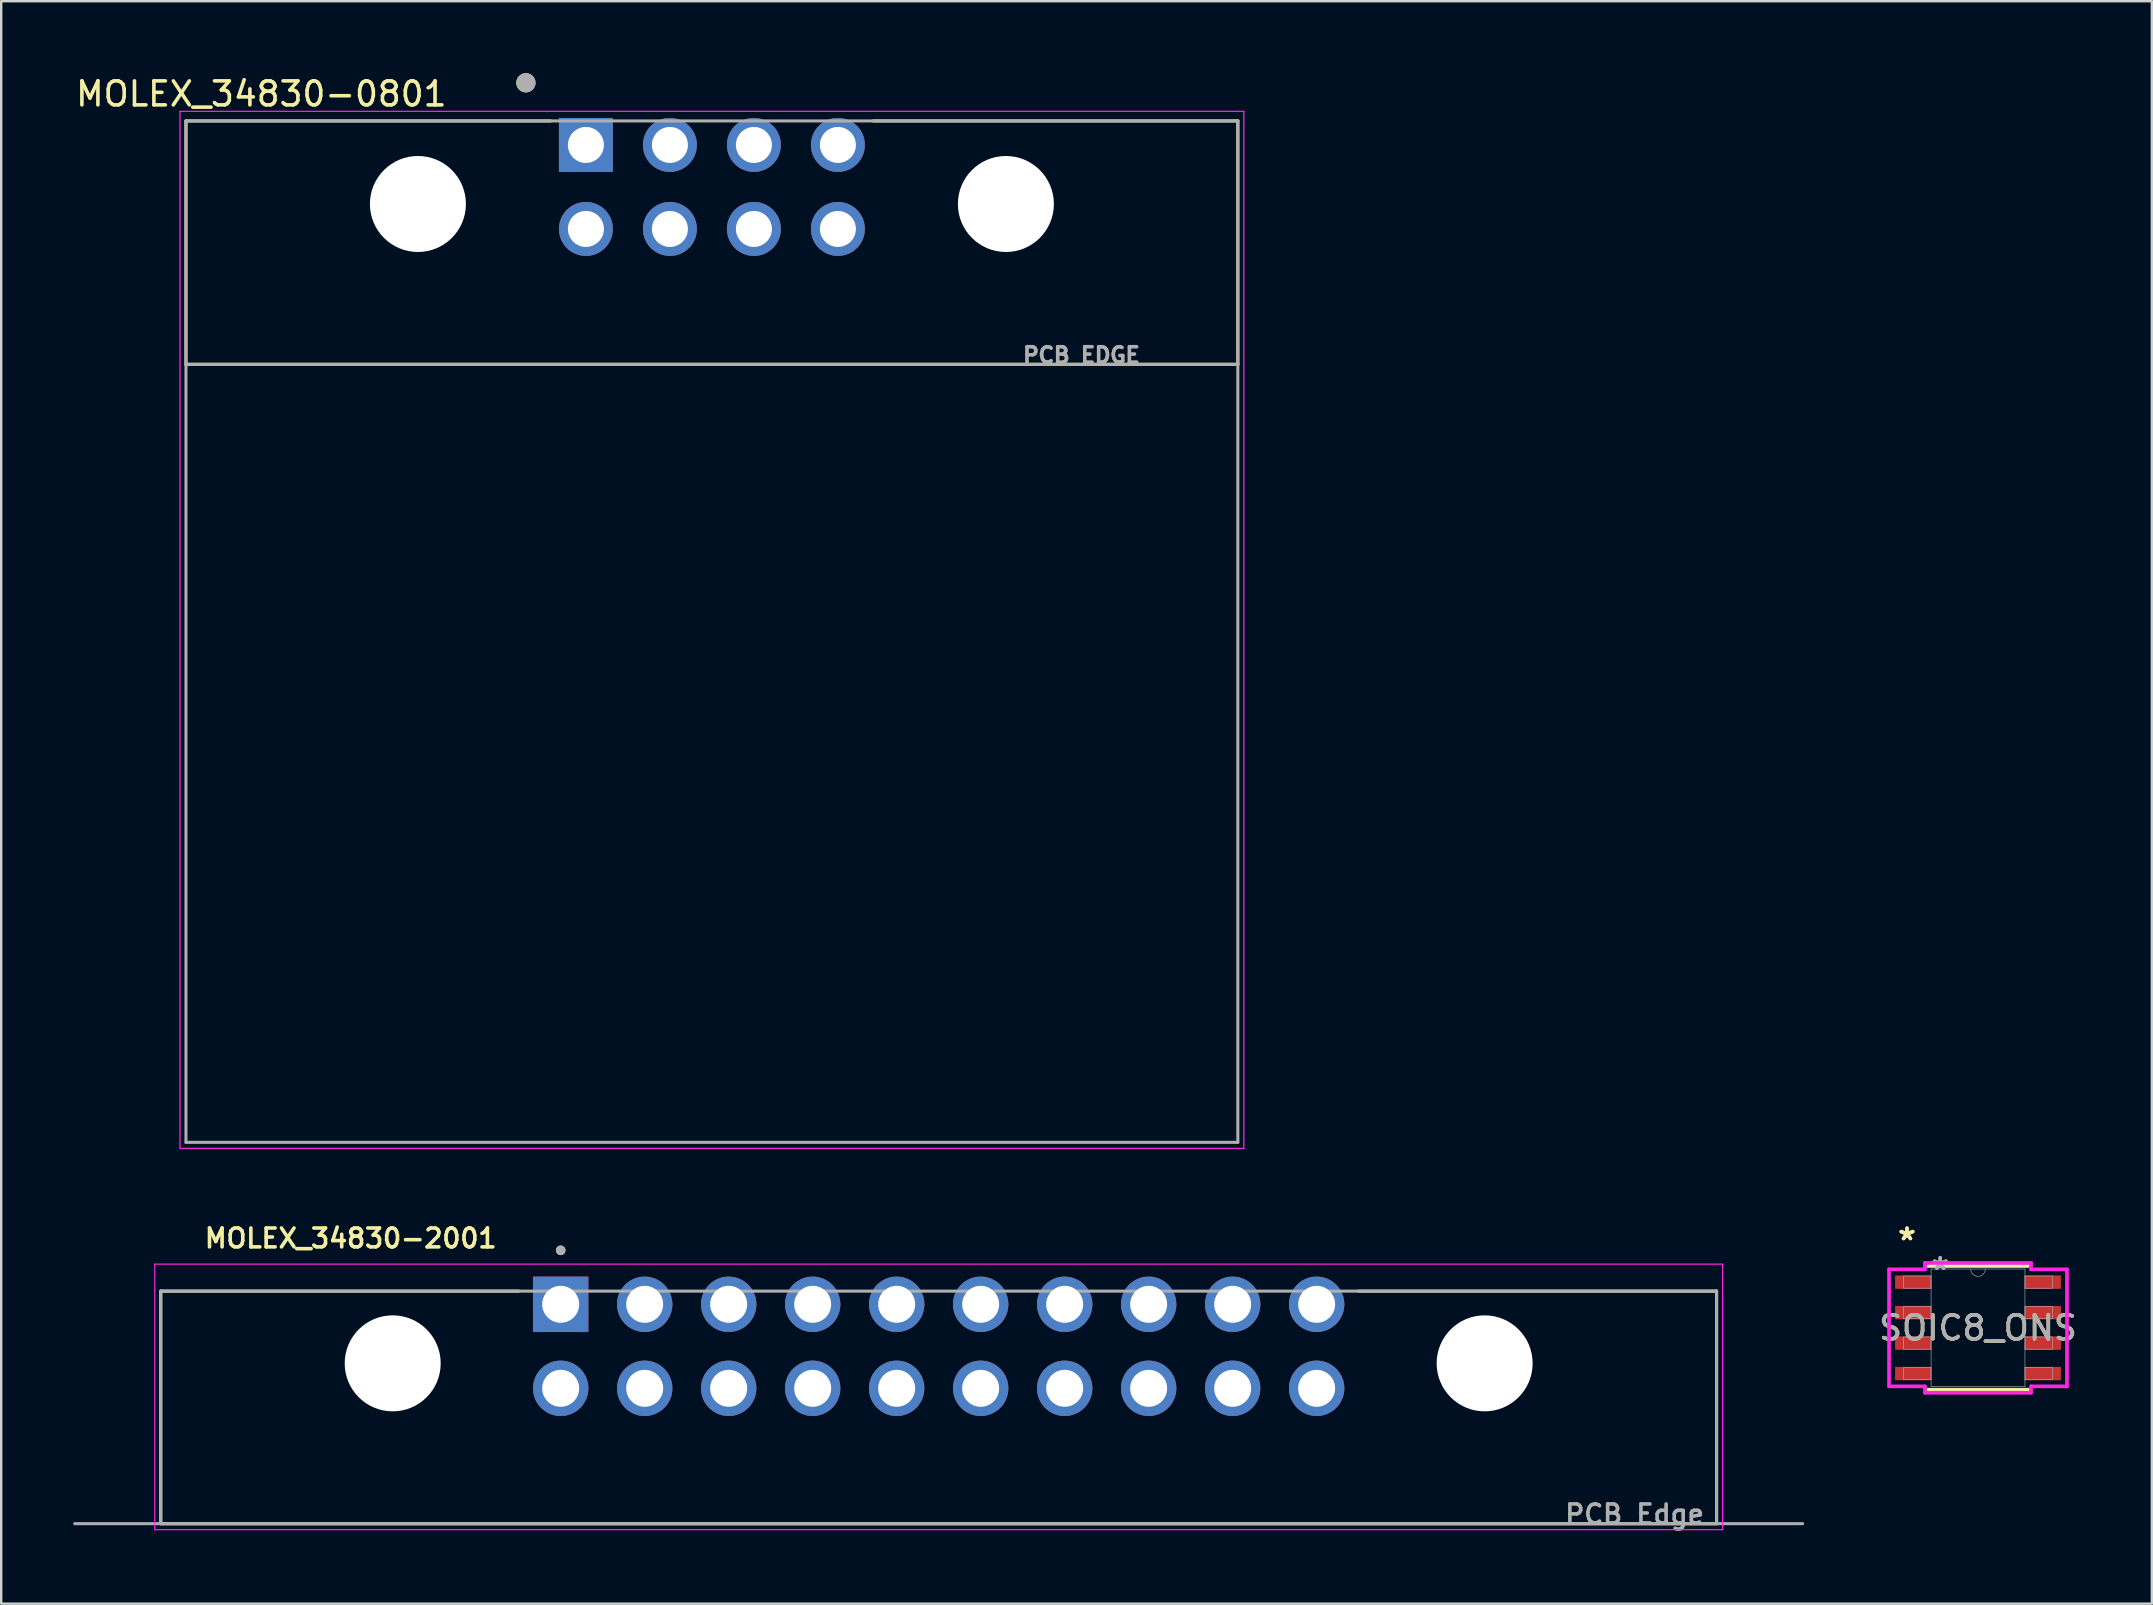
<source format=kicad_pcb>
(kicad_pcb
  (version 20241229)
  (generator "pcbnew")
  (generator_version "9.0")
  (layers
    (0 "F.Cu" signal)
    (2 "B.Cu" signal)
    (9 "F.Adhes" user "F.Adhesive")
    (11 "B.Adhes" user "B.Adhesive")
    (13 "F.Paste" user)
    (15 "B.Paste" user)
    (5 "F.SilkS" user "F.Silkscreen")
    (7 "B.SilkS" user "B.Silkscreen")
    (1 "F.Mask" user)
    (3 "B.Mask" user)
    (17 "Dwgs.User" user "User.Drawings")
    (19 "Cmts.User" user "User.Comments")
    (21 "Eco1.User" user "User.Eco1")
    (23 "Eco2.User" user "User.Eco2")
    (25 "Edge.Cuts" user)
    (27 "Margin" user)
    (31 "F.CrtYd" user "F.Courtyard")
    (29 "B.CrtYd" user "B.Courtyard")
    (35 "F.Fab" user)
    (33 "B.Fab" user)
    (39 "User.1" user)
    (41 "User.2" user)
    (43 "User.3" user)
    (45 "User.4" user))
  (footprint "SOIC8_ONS"
    (layer "F.Cu")
    (at 79.371 52.28)
    (property "Reference" "SOIC8_ONS" (at 0 0 0) (unlocked yes) (layer "F.SilkS") (effects (font (size 1 1) (thickness 0.15))))
    (attr smd)
    (fp_line (start -2.083 2.578) (end 2.083 2.578) (stroke (width 0.152) (type solid)) (layer "F.SilkS"))
    (fp_line (start 2.083 -2.578) (end -2.083 -2.578) (stroke (width 0.152) (type solid)) (layer "F.SilkS"))
    (fp_line (start -3.708 -2.438) (end -2.21 -2.438) (stroke (width 0.152) (type solid)) (layer "F.CrtYd"))
    (fp_line (start -3.708 2.438) (end -3.708 -2.438) (stroke (width 0.152) (type solid)) (layer "F.CrtYd"))
    (fp_line (start -3.708 2.438) (end -2.21 2.438) (stroke (width 0.152) (type solid)) (layer "F.CrtYd"))
    (fp_line (start -2.21 -2.705) (end 2.21 -2.705) (stroke (width 0.152) (type solid)) (layer "F.CrtYd"))
    (fp_line (start -2.21 -2.438) (end -2.21 -2.705) (stroke (width 0.152) (type solid)) (layer "F.CrtYd"))
    (fp_line (start -2.21 2.705) (end -2.21 2.438) (stroke (width 0.152) (type solid)) (layer "F.CrtYd"))
    (fp_line (start 2.21 -2.705) (end 2.21 -2.438) (stroke (width 0.152) (type solid)) (layer "F.CrtYd"))
    (fp_line (start 2.21 2.438) (end 2.21 2.705) (stroke (width 0.152) (type solid)) (layer "F.CrtYd"))
    (fp_line (start 2.21 2.705) (end -2.21 2.705) (stroke (width 0.152) (type solid)) (layer "F.CrtYd"))
    (fp_line (start 3.708 -2.438) (end 2.21 -2.438) (stroke (width 0.152) (type solid)) (layer "F.CrtYd"))
    (fp_line (start 3.708 -2.438) (end 3.708 2.438) (stroke (width 0.152) (type solid)) (layer "F.CrtYd"))
    (fp_line (start 3.708 2.438) (end 2.21 2.438) (stroke (width 0.152) (type solid)) (layer "F.CrtYd"))
    (fp_line (start -3.099 -2.159) (end -3.099 -1.651) (stroke (width 0.025) (type solid)) (layer "F.Fab"))
    (fp_line (start -3.099 -1.651) (end -1.956 -1.651) (stroke (width 0.025) (type solid)) (layer "F.Fab"))
    (fp_line (start -3.099 -0.889) (end -3.099 -0.381) (stroke (width 0.025) (type solid)) (layer "F.Fab"))
    (fp_line (start -3.099 -0.381) (end -1.956 -0.381) (stroke (width 0.025) (type solid)) (layer "F.Fab"))
    (fp_line (start -3.099 0.381) (end -3.099 0.889) (stroke (width 0.025) (type solid)) (layer "F.Fab"))
    (fp_line (start -3.099 0.889) (end -1.956 0.889) (stroke (width 0.025) (type solid)) (layer "F.Fab"))
    (fp_line (start -3.099 1.651) (end -3.099 2.159) (stroke (width 0.025) (type solid)) (layer "F.Fab"))
    (fp_line (start -3.099 2.159) (end -1.956 2.159) (stroke (width 0.025) (type solid)) (layer "F.Fab"))
    (fp_line (start -1.956 -2.451) (end -1.956 2.451) (stroke (width 0.025) (type solid)) (layer "F.Fab"))
    (fp_line (start -1.956 -2.159) (end -3.099 -2.159) (stroke (width 0.025) (type solid)) (layer "F.Fab"))
    (fp_line (start -1.956 -1.651) (end -1.956 -2.159) (stroke (width 0.025) (type solid)) (layer "F.Fab"))
    (fp_line (start -1.956 -0.889) (end -3.099 -0.889) (stroke (width 0.025) (type solid)) (layer "F.Fab"))
    (fp_line (start -1.956 -0.381) (end -1.956 -0.889) (stroke (width 0.025) (type solid)) (layer "F.Fab"))
    (fp_line (start -1.956 0.381) (end -3.099 0.381) (stroke (width 0.025) (type solid)) (layer "F.Fab"))
    (fp_line (start -1.956 0.889) (end -1.956 0.381) (stroke (width 0.025) (type solid)) (layer "F.Fab"))
    (fp_line (start -1.956 1.651) (end -3.099 1.651) (stroke (width 0.025) (type solid)) (layer "F.Fab"))
    (fp_line (start -1.956 2.159) (end -1.956 1.651) (stroke (width 0.025) (type solid)) (layer "F.Fab"))
    (fp_line (start -1.956 2.451) (end 1.956 2.451) (stroke (width 0.025) (type solid)) (layer "F.Fab"))
    (fp_line (start 1.956 -2.451) (end -1.956 -2.451) (stroke (width 0.025) (type solid)) (layer "F.Fab"))
    (fp_line (start 1.956 -2.159) (end 1.956 -1.651) (stroke (width 0.025) (type solid)) (layer "F.Fab"))
    (fp_line (start 1.956 -1.651) (end 3.099 -1.651) (stroke (width 0.025) (type solid)) (layer "F.Fab"))
    (fp_line (start 1.956 -0.889) (end 1.956 -0.381) (stroke (width 0.025) (type solid)) (layer "F.Fab"))
    (fp_line (start 1.956 -0.381) (end 3.099 -0.381) (stroke (width 0.025) (type solid)) (layer "F.Fab"))
    (fp_line (start 1.956 0.381) (end 1.956 0.889) (stroke (width 0.025) (type solid)) (layer "F.Fab"))
    (fp_line (start 1.956 0.889) (end 3.099 0.889) (stroke (width 0.025) (type solid)) (layer "F.Fab"))
    (fp_line (start 1.956 1.651) (end 1.956 2.159) (stroke (width 0.025) (type solid)) (layer "F.Fab"))
    (fp_line (start 1.956 2.159) (end 3.099 2.159) (stroke (width 0.025) (type solid)) (layer "F.Fab"))
    (fp_line (start 1.956 2.451) (end 1.956 -2.451) (stroke (width 0.025) (type solid)) (layer "F.Fab"))
    (fp_line (start 3.099 -2.159) (end 1.956 -2.159) (stroke (width 0.025) (type solid)) (layer "F.Fab"))
    (fp_line (start 3.099 -1.651) (end 3.099 -2.159) (stroke (width 0.025) (type solid)) (layer "F.Fab"))
    (fp_line (start 3.099 -0.889) (end 1.956 -0.889) (stroke (width 0.025) (type solid)) (layer "F.Fab"))
    (fp_line (start 3.099 -0.381) (end 3.099 -0.889) (stroke (width 0.025) (type solid)) (layer "F.Fab"))
    (fp_line (start 3.099 0.381) (end 1.956 0.381) (stroke (width 0.025) (type solid)) (layer "F.Fab"))
    (fp_line (start 3.099 0.889) (end 3.099 0.381) (stroke (width 0.025) (type solid)) (layer "F.Fab"))
    (fp_line (start 3.099 1.651) (end 1.956 1.651) (stroke (width 0.025) (type solid)) (layer "F.Fab"))
    (fp_line (start 3.099 2.159) (end 3.099 1.651) (stroke (width 0.025) (type solid)) (layer "F.Fab"))
    (fp_arc (start 0.3048 -2.4511) (mid 0 -2.1463) (end -0.3048 -2.4511) (stroke (width 0.0254) (type solid)) (layer "F.Fab"))
    (fp_text user "*" (at -2.959 -3.607 0) (unlocked yes) (layer "F.SilkS") (effects (font (size 1 1) (thickness 0.15))))
    (fp_text user "*" (at -2.959 -3.607 0) (layer "F.SilkS") (effects (font (size 1 1) (thickness 0.15))))
    (fp_text user "*" (at -1.575 -2.375 0) (unlocked yes) (layer "F.Fab") (effects (font (size 1 1) (thickness 0.15))))
    (fp_text user "${REFERENCE}" (at 0 0 0) (unlocked yes) (layer "F.Fab") (effects (font (size 1 1) (thickness 0.15))))
    (fp_text user "*" (at -1.575 -2.375 0) (layer "F.Fab") (effects (font (size 1 1) (thickness 0.15))))
    (pad "1" smd rect (at -2.705 -1.905) (size 1.499 0.559) (layers "F.Cu" "F.Mask" "F.Paste"))
    (pad "2" smd rect (at -2.705 -0.635) (size 1.499 0.559) (layers "F.Cu" "F.Mask" "F.Paste"))
    (pad "3" smd rect (at -2.705 0.635) (size 1.499 0.559) (layers "F.Cu" "F.Mask" "F.Paste"))
    (pad "4" smd rect (at -2.705 1.905) (size 1.499 0.559) (layers "F.Cu" "F.Mask" "F.Paste"))
    (pad "5" smd rect (at 2.705 1.905) (size 1.499 0.559) (layers "F.Cu" "F.Mask" "F.Paste"))
    (pad "6" smd rect (at 2.705 0.635) (size 1.499 0.559) (layers "F.Cu" "F.Mask" "F.Paste"))
    (pad "7" smd rect (at 2.705 -0.635) (size 1.499 0.559) (layers "F.Cu" "F.Mask" "F.Paste"))
    (pad "8" smd rect (at 2.705 -1.905) (size 1.499 0.559) (layers "F.Cu" "F.Mask" "F.Paste")))
  (footprint "MOLEX_34830-0801"
    (layer "F.Cu")
    (at 26.614 5.45)
    (property "Reference" "MOLEX_34830-0801" (at -18.775 -4.585 0) (layer "F.SilkS") (effects (font (size 1 1) (thickness 0.15))))
    (attr through_hole)
    (fp_line (start -21.915 -3.46) (end -21.915 6.68) (stroke (width 0.127) (type solid)) (layer "F.SilkS"))
    (fp_line (start -21.915 -3.46) (end -6.72 -3.46) (stroke (width 0.127) (type solid)) (layer "F.SilkS"))
    (fp_line (start -21.915 6.68) (end 21.915 6.68) (stroke (width 0.127) (type solid)) (layer "F.SilkS"))
    (fp_line (start 6.72 -3.46) (end 21.915 -3.46) (stroke (width 0.127) (type solid)) (layer "F.SilkS"))
    (fp_line (start 21.915 6.68) (end 21.915 -3.46) (stroke (width 0.127) (type solid)) (layer "F.SilkS"))
    (fp_circle (center -7.75 -5.05) (end -7.55 -5.05) (stroke (width 0.4) (type solid)) (fill no) (layer "F.SilkS"))
    (fp_line (start -22.165 -3.86) (end 22.165 -3.86) (stroke (width 0.05) (type solid)) (layer "F.CrtYd"))
    (fp_line (start -22.165 39.35) (end -22.165 -3.86) (stroke (width 0.05) (type solid)) (layer "F.CrtYd"))
    (fp_line (start 22.165 -3.86) (end 22.165 39.35) (stroke (width 0.05) (type solid)) (layer "F.CrtYd"))
    (fp_line (start 22.165 39.35) (end -22.165 39.35) (stroke (width 0.05) (type solid)) (layer "F.CrtYd"))
    (fp_line (start -21.915 -3.46) (end -21.915 6.68) (stroke (width 0.127) (type solid)) (layer "F.Fab"))
    (fp_line (start -21.915 6.68) (end -21.915 39.1) (stroke (width 0.127) (type solid)) (layer "F.Fab"))
    (fp_line (start -21.915 6.68) (end 21.915 6.68) (stroke (width 0.127) (type solid)) (layer "F.Fab"))
    (fp_line (start -21.915 39.1) (end 21.915 39.1) (stroke (width 0.127) (type solid)) (layer "F.Fab"))
    (fp_line (start 21.915 -3.46) (end -21.915 -3.46) (stroke (width 0.127) (type solid)) (layer "F.Fab"))
    (fp_line (start 21.915 6.68) (end 21.915 -3.46) (stroke (width 0.127) (type solid)) (layer "F.Fab"))
    (fp_line (start 21.915 39.1) (end 21.915 6.68) (stroke (width 0.127) (type solid)) (layer "F.Fab"))
    (fp_circle (center -7.75 -5.05) (end -7.55 -5.05) (stroke (width 0.4) (type solid)) (fill no) (layer "F.Fab"))
    (fp_text user "PCB EDGE" (at 15.4 6.3 0) (layer "F.Fab") (effects (font (size 0.64 0.64) (thickness 0.15))))
    (pad "" np_thru_hole circle (at -12.25 0) (size 4 4) (drill 4) (layers "*.Cu" "*.Mask"))
    (pad "" np_thru_hole circle (at 12.25 0) (size 4 4) (drill 4) (layers "*.Cu" "*.Mask"))
    (pad "1" thru_hole rect (at -5.25 -2.46) (size 2.25 2.25) (drill 1.5) (layers "*.Cu" "*.Mask"))
    (pad "2" thru_hole circle (at -1.75 -2.46) (size 2.25 2.25) (drill 1.5) (layers "*.Cu" "*.Mask"))
    (pad "3" thru_hole circle (at 1.75 -2.46) (size 2.25 2.25) (drill 1.5) (layers "*.Cu" "*.Mask"))
    (pad "4" thru_hole circle (at 5.25 -2.46) (size 2.25 2.25) (drill 1.5) (layers "*.Cu" "*.Mask"))
    (pad "5" thru_hole circle (at -5.25 1.04) (size 2.25 2.25) (drill 1.5) (layers "*.Cu" "*.Mask"))
    (pad "6" thru_hole circle (at -1.75 1.04) (size 2.25 2.25) (drill 1.5) (layers "*.Cu" "*.Mask"))
    (pad "7" thru_hole circle (at 1.75 1.04) (size 2.25 2.25) (drill 1.5) (layers "*.Cu" "*.Mask"))
    (pad "8" thru_hole circle (at 5.25 1.04) (size 2.25 2.25) (drill 1.5) (layers "*.Cu" "*.Mask")))
  (footprint "MOLEX_34830-2001"
    (layer "F.Cu")
    (at 36.063 53.759)
    (property "Reference" "MOLEX_34830-2001" (at -24.5 -5.21 0) (layer "F.SilkS") (effects (font (size 0.787 0.787) (thickness 0.15))))
    (attr through_hole)
    (fp_line (start -32.415 6.68) (end -32.415 -3.01) (stroke (width 0.127) (type solid)) (layer "F.SilkS"))
    (fp_line (start -17.495 -3.01) (end -32.415 -3.01) (stroke (width 0.127) (type solid)) (layer "F.SilkS"))
    (fp_line (start 17.495 -3.01) (end 32.415 -3.01) (stroke (width 0.127) (type solid)) (layer "F.SilkS"))
    (fp_line (start 32.415 -3.01) (end 32.415 6.68) (stroke (width 0.127) (type solid)) (layer "F.SilkS"))
    (fp_line (start 32.415 6.68) (end -32.415 6.68) (stroke (width 0.127) (type solid)) (layer "F.SilkS"))
    (fp_circle (center -15.75 -4.71) (end -15.65 -4.71) (stroke (width 0.2) (type solid)) (fill no) (layer "F.SilkS"))
    (fp_line (start -32.665 -4.135) (end 32.665 -4.135) (stroke (width 0.05) (type solid)) (layer "F.CrtYd"))
    (fp_line (start -32.665 6.93) (end -32.665 -4.135) (stroke (width 0.05) (type solid)) (layer "F.CrtYd"))
    (fp_line (start 32.665 -4.135) (end 32.665 6.93) (stroke (width 0.05) (type solid)) (layer "F.CrtYd"))
    (fp_line (start 32.665 6.93) (end -32.665 6.93) (stroke (width 0.05) (type solid)) (layer "F.CrtYd"))
    (fp_line (start -36 6.68) (end -32.415 6.68) (stroke (width 0.127) (type solid)) (layer "F.Fab"))
    (fp_line (start -32.415 -3.01) (end 32.415 -3.01) (stroke (width 0.127) (type solid)) (layer "F.Fab"))
    (fp_line (start -32.415 6.68) (end -32.415 -3.01) (stroke (width 0.127) (type solid)) (layer "F.Fab"))
    (fp_line (start -32.415 6.68) (end 32.415 6.68) (stroke (width 0.127) (type solid)) (layer "F.Fab"))
    (fp_line (start 32.415 -3.01) (end 32.415 6.68) (stroke (width 0.127) (type solid)) (layer "F.Fab"))
    (fp_line (start 32.415 6.68) (end -32.415 6.68) (stroke (width 0.127) (type solid)) (layer "F.Fab"))
    (fp_line (start 32.415 6.68) (end 36 6.68) (stroke (width 0.127) (type solid)) (layer "F.Fab"))
    (fp_circle (center -15.75 -4.71) (end -15.65 -4.71) (stroke (width 0.2) (type solid)) (fill no) (layer "F.Fab"))
    (fp_text user "PCB Edge" (at 29 6.29 0) (layer "F.Fab") (effects (font (size 0.787 0.787) (thickness 0.15))))
    (pad "" np_thru_hole circle (at -22.75 0) (size 4 4) (drill 4) (layers "*.Cu" "*.Mask"))
    (pad "" np_thru_hole circle (at 22.75 0) (size 4 4) (drill 4) (layers "*.Cu" "*.Mask"))
    (pad "1" thru_hole rect (at -15.75 -2.46) (size 2.31 2.31) (drill 1.54) (layers "*.Cu" "*.Mask"))
    (pad "2" thru_hole circle (at -12.25 -2.46) (size 2.31 2.31) (drill 1.54) (layers "*.Cu" "*.Mask"))
    (pad "3" thru_hole circle (at -8.75 -2.46) (size 2.31 2.31) (drill 1.54) (layers "*.Cu" "*.Mask"))
    (pad "4" thru_hole circle (at -5.25 -2.46) (size 2.31 2.31) (drill 1.54) (layers "*.Cu" "*.Mask"))
    (pad "5" thru_hole circle (at -1.75 -2.46) (size 2.31 2.31) (drill 1.54) (layers "*.Cu" "*.Mask"))
    (pad "6" thru_hole circle (at 1.75 -2.46) (size 2.31 2.31) (drill 1.54) (layers "*.Cu" "*.Mask"))
    (pad "7" thru_hole circle (at 5.25 -2.46) (size 2.31 2.31) (drill 1.54) (layers "*.Cu" "*.Mask"))
    (pad "8" thru_hole circle (at 8.75 -2.46) (size 2.31 2.31) (drill 1.54) (layers "*.Cu" "*.Mask"))
    (pad "9" thru_hole circle (at 12.25 -2.46) (size 2.31 2.31) (drill 1.54) (layers "*.Cu" "*.Mask"))
    (pad "10" thru_hole circle (at 15.75 -2.46) (size 2.31 2.31) (drill 1.54) (layers "*.Cu" "*.Mask"))
    (pad "11" thru_hole circle (at -15.75 1.04) (size 2.31 2.31) (drill 1.54) (layers "*.Cu" "*.Mask"))
    (pad "12" thru_hole circle (at -12.25 1.04) (size 2.31 2.31) (drill 1.54) (layers "*.Cu" "*.Mask"))
    (pad "13" thru_hole circle (at -8.75 1.04) (size 2.31 2.31) (drill 1.54) (layers "*.Cu" "*.Mask"))
    (pad "14" thru_hole circle (at -5.25 1.04) (size 2.31 2.31) (drill 1.54) (layers "*.Cu" "*.Mask"))
    (pad "15" thru_hole circle (at -1.75 1.04) (size 2.31 2.31) (drill 1.54) (layers "*.Cu" "*.Mask"))
    (pad "16" thru_hole circle (at 1.75 1.04) (size 2.31 2.31) (drill 1.54) (layers "*.Cu" "*.Mask"))
    (pad "17" thru_hole circle (at 5.25 1.04) (size 2.31 2.31) (drill 1.54) (layers "*.Cu" "*.Mask"))
    (pad "18" thru_hole circle (at 8.75 1.04) (size 2.31 2.31) (drill 1.54) (layers "*.Cu" "*.Mask"))
    (pad "19" thru_hole circle (at 12.25 1.04) (size 2.31 2.31) (drill 1.54) (layers "*.Cu" "*.Mask"))
    (pad "20" thru_hole circle (at 15.75 1.04) (size 2.31 2.31) (drill 1.54) (layers "*.Cu" "*.Mask")))
  (gr_rect
    (start -3 -3)
    (end 86.615 63.773)
    (stroke (width 0.1) (type default))
    (fill no)
    (layer "Edge.Cuts")))
</source>
